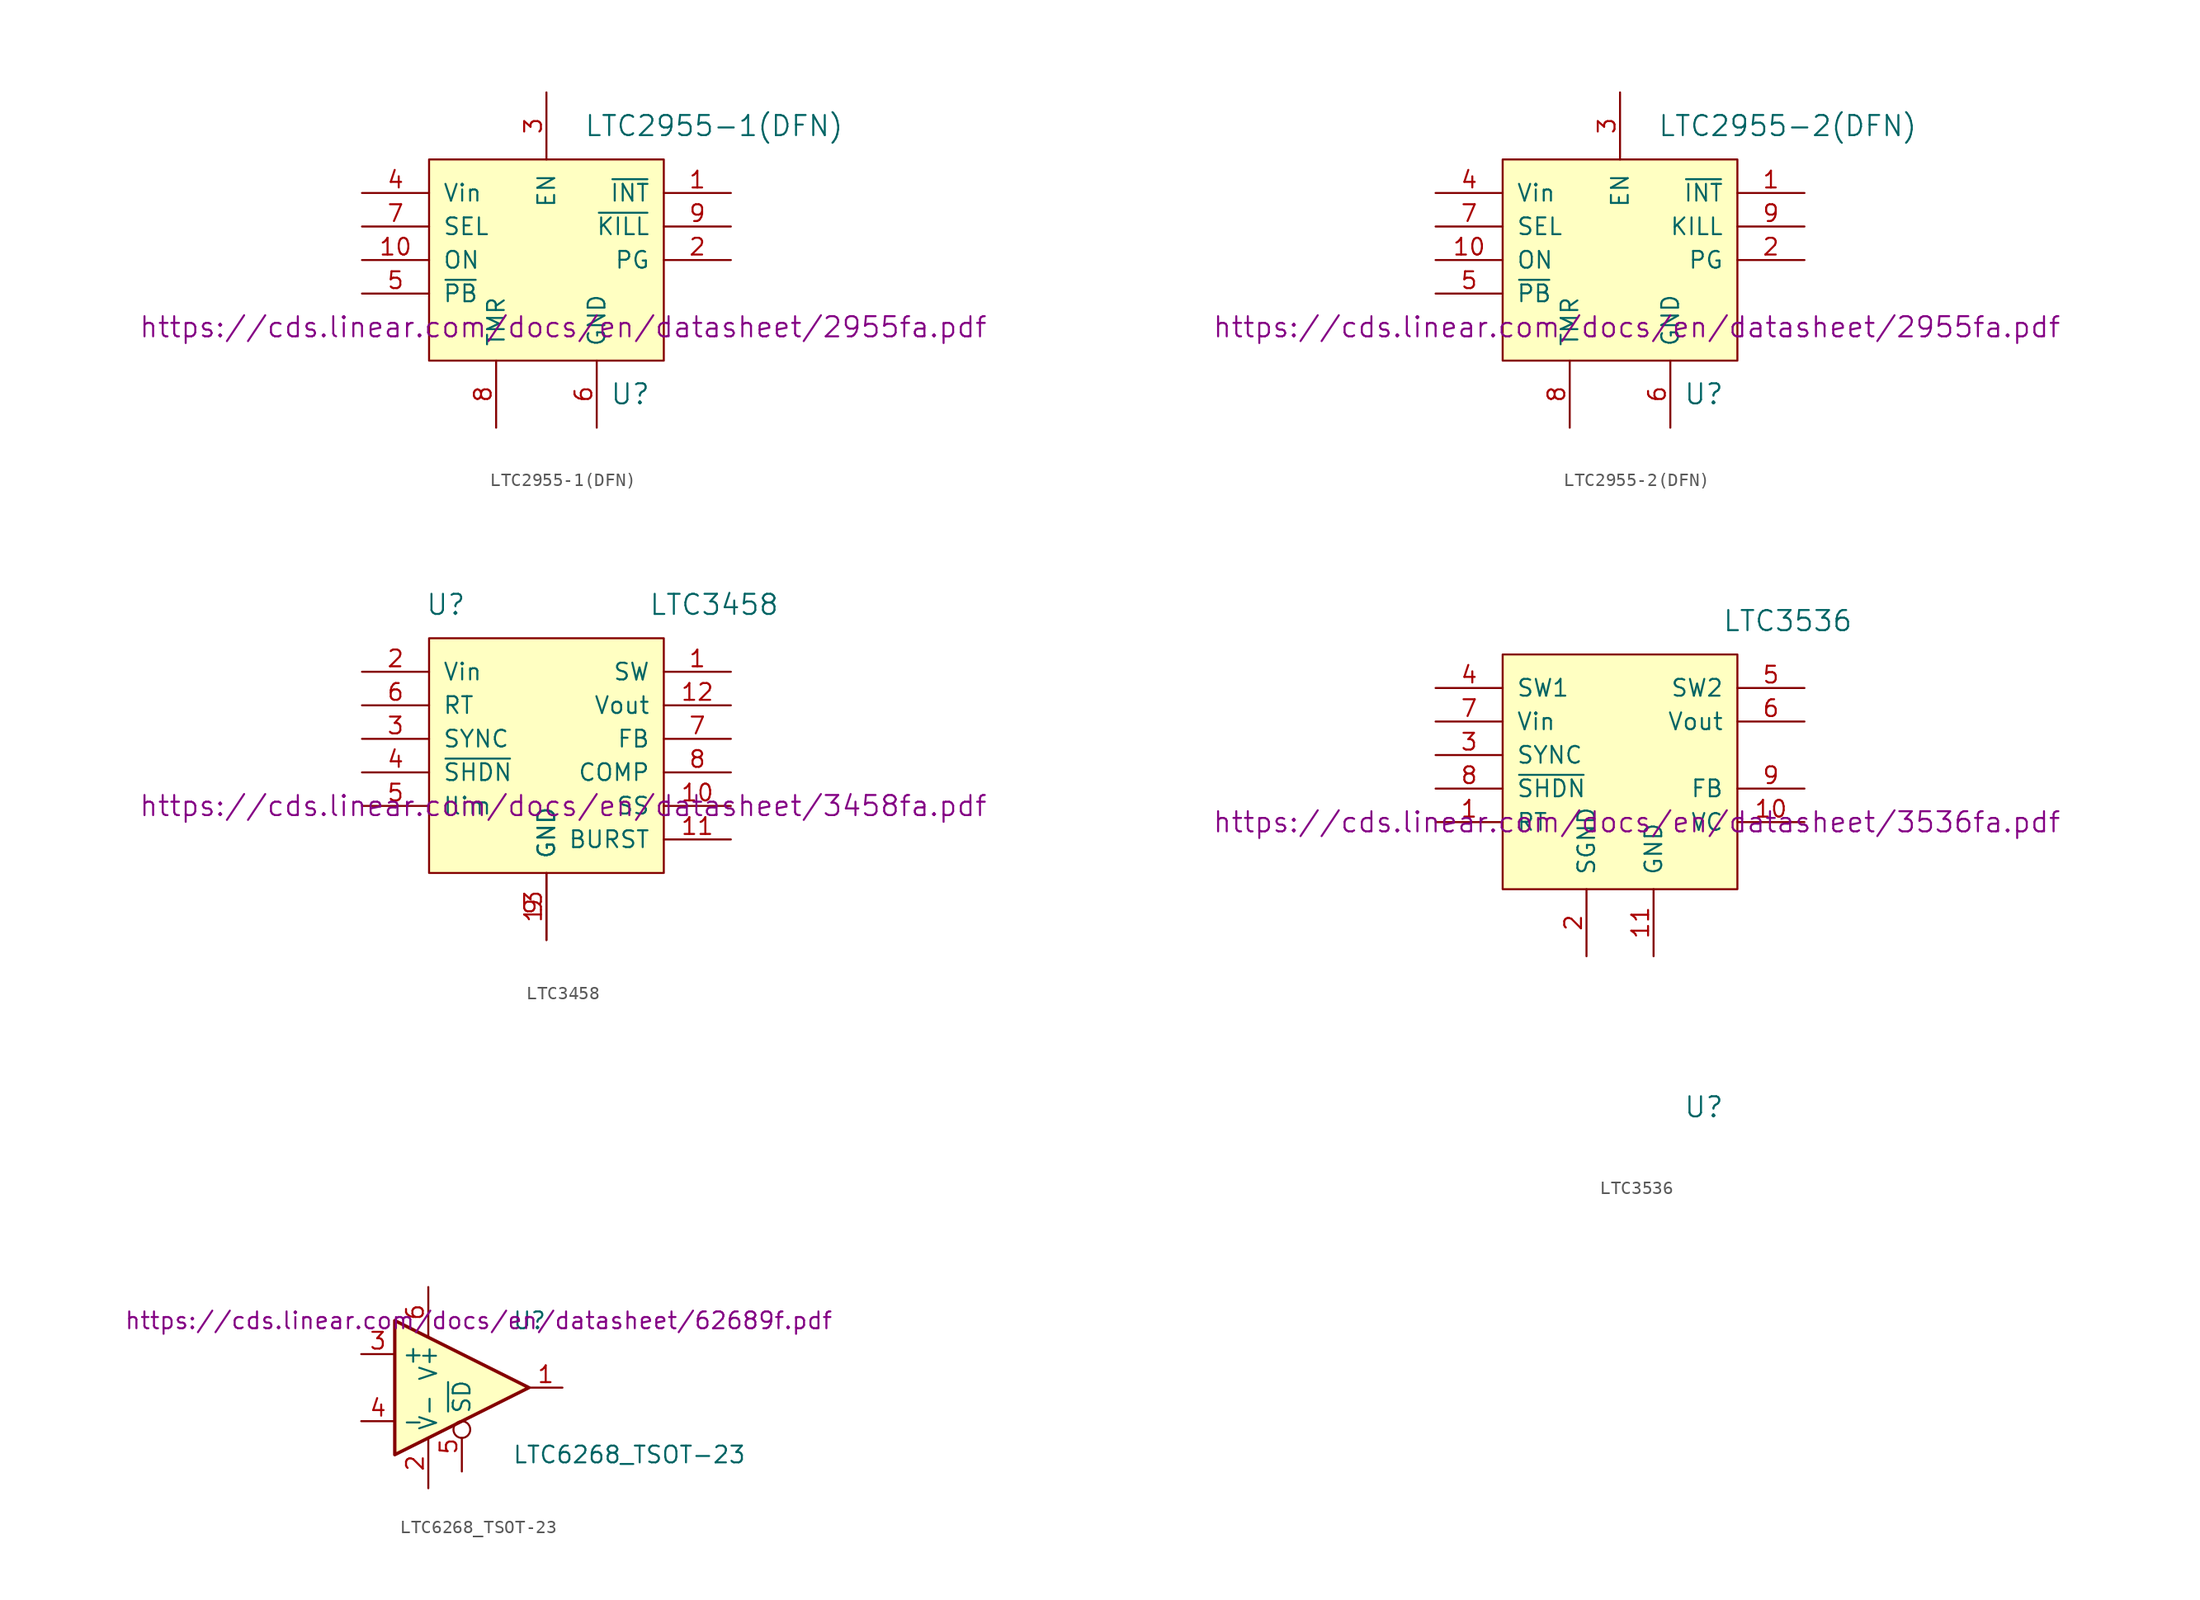
<source format=kicad_sym>
(kicad_symbol_lib
  (version 20220914)
  (generator kicad_symbol_editor)
  (symbol "LTC2955-1(DFN)"
    (pin_names
      (offset 1.016))
    (property "Reference" "U"
      (at 6.35 -6.35 0)
      (effects (font (size 1.524 1.524))))
    (property "Value" "LTC2955-1(DFN)"
      (at 12.7 13.97 0)
      (effects (font (size 1.524 1.524))))
    (property "Datasheet" "https://cds.linear.com/docs/en/datasheet/2955fa.pdf"
      (at 1.27 -1.27 0)
      (effects (font (size 1.524 1.524))))
    (symbol "LTC2955-1(DFN)_0_1"
      (rectangle (start -8.89 11.43) (end 8.89 -3.81) (stroke (width 0) (type solid)) (fill (type background)))
      (pin input line (at -13.97 1.27 0) (length 5.08) (name "~{PB}" (effects (font (size 1.27 1.27)))) (number "5" (effects (font (size 1.27 1.27)))))
      (pin passive line (at -3.81 -8.89 90) (length 5.08) (name "TMR" (effects (font (size 1.27 1.27)))) (number "8" (effects (font (size 1.27 1.27))))))
    (symbol "LTC2955-1(DFN)_1_1"
      (pin output line (at 13.97 8.89 180) (length 5.08) (name "~{INT}" (effects (font (size 1.27 1.27)))) (number "1" (effects (font (size 1.27 1.27)))))
      (pin input line (at -13.97 3.81 0) (length 5.08) (name "ON" (effects (font (size 1.27 1.27)))) (number "10" (effects (font (size 1.27 1.27)))))
      (pin output line (at 13.97 3.81 180) (length 5.08) (name "PG" (effects (font (size 1.27 1.27)))) (number "2" (effects (font (size 1.27 1.27)))))
      (pin output line (at 0 16.51 270) (length 5.08) (name "EN" (effects (font (size 1.27 1.27)))) (number "3" (effects (font (size 1.27 1.27)))))
      (pin power_in line (at -13.97 8.89 0) (length 5.08) (name "Vin" (effects (font (size 1.27 1.27)))) (number "4" (effects (font (size 1.27 1.27)))))
      (pin power_in line (at 3.81 -8.89 90) (length 5.08) (name "GND" (effects (font (size 1.27 1.27)))) (number "6" (effects (font (size 1.27 1.27)))))
      (pin input line (at -13.97 6.35 0) (length 5.08) (name "SEL" (effects (font (size 1.27 1.27)))) (number "7" (effects (font (size 1.27 1.27)))))
      (pin input line (at 13.97 6.35 180) (length 5.08) (name "~{KILL}" (effects (font (size 1.27 1.27)))) (number "9" (effects (font (size 1.27 1.27)))))))
  (symbol "LTC2955-2(DFN)"
    (pin_names
      (offset 1.016))
    (property "Reference" "U"
      (at 6.35 -6.35 0)
      (effects (font (size 1.524 1.524))))
    (property "Value" "LTC2955-2(DFN)"
      (at 12.7 13.97 0)
      (effects (font (size 1.524 1.524))))
    (property "Datasheet" "https://cds.linear.com/docs/en/datasheet/2955fa.pdf"
      (at 1.27 -1.27 0)
      (effects (font (size 1.524 1.524))))
    (symbol "LTC2955-2(DFN)_0_1"
      (rectangle (start -8.89 11.43) (end 8.89 -3.81) (stroke (width 0) (type solid)) (fill (type background)))
      (pin input line (at -13.97 1.27 0) (length 5.08) (name "~{PB}" (effects (font (size 1.27 1.27)))) (number "5" (effects (font (size 1.27 1.27)))))
      (pin passive line (at -3.81 -8.89 90) (length 5.08) (name "TMR" (effects (font (size 1.27 1.27)))) (number "8" (effects (font (size 1.27 1.27))))))
    (symbol "LTC2955-2(DFN)_1_1"
      (pin output line (at 13.97 8.89 180) (length 5.08) (name "~{INT}" (effects (font (size 1.27 1.27)))) (number "1" (effects (font (size 1.27 1.27)))))
      (pin input line (at -13.97 3.81 0) (length 5.08) (name "ON" (effects (font (size 1.27 1.27)))) (number "10" (effects (font (size 1.27 1.27)))))
      (pin output line (at 13.97 3.81 180) (length 5.08) (name "PG" (effects (font (size 1.27 1.27)))) (number "2" (effects (font (size 1.27 1.27)))))
      (pin output line (at 0 16.51 270) (length 5.08) (name "EN" (effects (font (size 1.27 1.27)))) (number "3" (effects (font (size 1.27 1.27)))))
      (pin power_in line (at -13.97 8.89 0) (length 5.08) (name "Vin" (effects (font (size 1.27 1.27)))) (number "4" (effects (font (size 1.27 1.27)))))
      (pin power_in line (at 3.81 -8.89 90) (length 5.08) (name "GND" (effects (font (size 1.27 1.27)))) (number "6" (effects (font (size 1.27 1.27)))))
      (pin input line (at -13.97 6.35 0) (length 5.08) (name "SEL" (effects (font (size 1.27 1.27)))) (number "7" (effects (font (size 1.27 1.27)))))
      (pin input line (at 13.97 6.35 180) (length 5.08) (name "KILL" (effects (font (size 1.27 1.27)))) (number "9" (effects (font (size 1.27 1.27)))))))
  (symbol "LTC3458"
    (pin_names
      (offset 1.016))
    (property "Reference" "U"
      (at -7.62 13.97 0)
      (effects (font (size 1.524 1.524))))
    (property "Value" "LTC3458"
      (at 12.7 13.97 0)
      (effects (font (size 1.524 1.524))))
    (property "Datasheet" "https://cds.linear.com/docs/en/datasheet/3458fa.pdf"
      (at 1.27 -1.27 0)
      (effects (font (size 1.524 1.524))))
    (symbol "LTC3458_0_1"
      (rectangle (start -8.89 11.43) (end 8.89 -6.35) (stroke (width 0) (type solid)) (fill (type background)))
      (pin input line (at 13.97 -3.81 180) (length 5.08) (name "BURST" (effects (font (size 1.27 1.27)))) (number "11" (effects (font (size 1.27 1.27)))))
      (pin input line (at -13.97 3.81 0) (length 5.08) (name "SYNC" (effects (font (size 1.27 1.27)))) (number "3" (effects (font (size 1.27 1.27)))))
      (pin output line (at 13.97 1.27 180) (length 5.08) (name "COMP" (effects (font (size 1.27 1.27)))) (number "8" (effects (font (size 1.27 1.27))))))
    (symbol "LTC3458_1_1"
      (pin passive line (at 13.97 8.89 180) (length 5.08) (name "SW" (effects (font (size 1.27 1.27)))) (number "1" (effects (font (size 1.27 1.27)))))
      (pin passive line (at 13.97 -1.27 180) (length 5.08) (name "SS" (effects (font (size 1.27 1.27)))) (number "10" (effects (font (size 1.27 1.27)))))
      (pin power_out line (at 13.97 6.35 180) (length 5.08) (name "Vout" (effects (font (size 1.27 1.27)))) (number "12" (effects (font (size 1.27 1.27)))))
      (pin power_in line (at 0 -11.43 90) (length 5.08) (name "GND" (effects (font (size 1.27 1.27)))) (number "13" (effects (font (size 1.27 1.27)))))
      (pin power_in line (at -13.97 8.89 0) (length 5.08) (name "Vin" (effects (font (size 1.27 1.27)))) (number "2" (effects (font (size 1.27 1.27)))))
      (pin input line (at -13.97 1.27 0) (length 5.08) (name "~{SHDN}" (effects (font (size 1.27 1.27)))) (number "4" (effects (font (size 1.27 1.27)))))
      (pin input line (at -13.97 -1.27 0) (length 5.08) (name "Ilim" (effects (font (size 1.27 1.27)))) (number "5" (effects (font (size 1.27 1.27)))))
      (pin input line (at -13.97 6.35 0) (length 5.08) (name "RT" (effects (font (size 1.27 1.27)))) (number "6" (effects (font (size 1.27 1.27)))))
      (pin input line (at 13.97 3.81 180) (length 5.08) (name "FB" (effects (font (size 1.27 1.27)))) (number "7" (effects (font (size 1.27 1.27)))))
      (pin power_in line (at 0 -11.43 90) (length 5.08) (name "GND" (effects (font (size 1.27 1.27)))) (number "9" (effects (font (size 1.27 1.27)))))))
  (symbol "LTC3536"
    (pin_names
      (offset 1.016))
    (property "Reference" "U"
      (at 6.35 -22.86 0)
      (effects (font (size 1.524 1.524))))
    (property "Value" "LTC3536"
      (at 12.7 13.97 0)
      (effects (font (size 1.524 1.524))))
    (property "Datasheet" "https://cds.linear.com/docs/en/datasheet/3536fa.pdf"
      (at 1.27 -1.27 0)
      (effects (font (size 1.524 1.524))))
    (symbol "LTC3536_0_1"
      (rectangle (start -8.89 11.43) (end 8.89 -6.35) (stroke (width 0) (type solid)) (fill (type background)))
      (pin input line (at -13.97 3.81 0) (length 5.08) (name "SYNC" (effects (font (size 1.27 1.27)))) (number "3" (effects (font (size 1.27 1.27))))))
    (symbol "LTC3536_1_1"
      (pin input line (at -13.97 -1.27 0) (length 5.08) (name "RT" (effects (font (size 1.27 1.27)))) (number "1" (effects (font (size 1.27 1.27)))))
      (pin passive line (at 13.97 -1.27 180) (length 5.08) (name "VC" (effects (font (size 1.27 1.27)))) (number "10" (effects (font (size 1.27 1.27)))))
      (pin power_in line (at 2.54 -11.43 90) (length 5.08) (name "GND" (effects (font (size 1.27 1.27)))) (number "11" (effects (font (size 1.27 1.27)))))
      (pin power_in line (at -2.54 -11.43 90) (length 5.08) (name "SGND" (effects (font (size 1.27 1.27)))) (number "2" (effects (font (size 1.27 1.27)))))
      (pin passive line (at -13.97 8.89 0) (length 5.08) (name "SW1" (effects (font (size 1.27 1.27)))) (number "4" (effects (font (size 1.27 1.27)))))
      (pin passive line (at 13.97 8.89 180) (length 5.08) (name "SW2" (effects (font (size 1.27 1.27)))) (number "5" (effects (font (size 1.27 1.27)))))
      (pin power_out line (at 13.97 6.35 180) (length 5.08) (name "Vout" (effects (font (size 1.27 1.27)))) (number "6" (effects (font (size 1.27 1.27)))))
      (pin power_in line (at -13.97 6.35 0) (length 5.08) (name "Vin" (effects (font (size 1.27 1.27)))) (number "7" (effects (font (size 1.27 1.27)))))
      (pin input line (at -13.97 1.27 0) (length 5.08) (name "~{SHDN}" (effects (font (size 1.27 1.27)))) (number "8" (effects (font (size 1.27 1.27)))))
      (pin input line (at 13.97 1.27 180) (length 5.08) (name "FB" (effects (font (size 1.27 1.27)))) (number "9" (effects (font (size 1.27 1.27)))))))
  (symbol "LTC6268_TSOT-23"
    (property "Reference" "U"
      (at 3.81 5.08 0)
      (effects (font (size 1.27 1.27)) (justify left)))
    (property "Value" "LTC6268_TSOT-23"
      (at 3.81 -5.08 0)
      (effects (font (size 1.27 1.27)) (justify left)))
    (property "Datasheet" "https://cds.linear.com/docs/en/datasheet/62689f.pdf"
      (at 1.27 5.08 0)
      (effects (font (size 1.27 1.27))))
    (symbol "LTC6268_TSOT-23_0_1"
      (polyline (pts (xy -5.08 5.08) (xy 5.08 0) (xy -5.08 -5.08) (xy -5.08 5.08)) (stroke (width 0.254) (type solid)) (fill (type background)))
      (pin power_in line (at -2.54 -7.62 90) (length 3.81) (name "V-" (effects (font (size 1.27 1.27)))) (number "2" (effects (font (size 1.27 1.27)))))
      (pin input inverted (at 0 -6.35 90) (length 3.81) (name "~{SD}" (effects (font (size 1.27 1.27)))) (number "5" (effects (font (size 1.27 1.27)))))
      (pin power_in line (at -2.54 7.62 270) (length 3.81) (name "V+" (effects (font (size 1.27 1.27)))) (number "6" (effects (font (size 1.27 1.27))))))
    (symbol "LTC6268_TSOT-23_1_1"
      (pin output line (at 7.62 0 180) (length 2.54) (name "~" (effects (font (size 1.27 1.27)))) (number "1" (effects (font (size 1.27 1.27)))))
      (pin input line (at -7.62 2.54 0) (length 2.54) (name "+" (effects (font (size 1.27 1.27)))) (number "3" (effects (font (size 1.27 1.27)))))
      (pin input line (at -7.62 -2.54 0) (length 2.54) (name "-" (effects (font (size 1.27 1.27)))) (number "4" (effects (font (size 1.27 1.27))))))))
</source>
